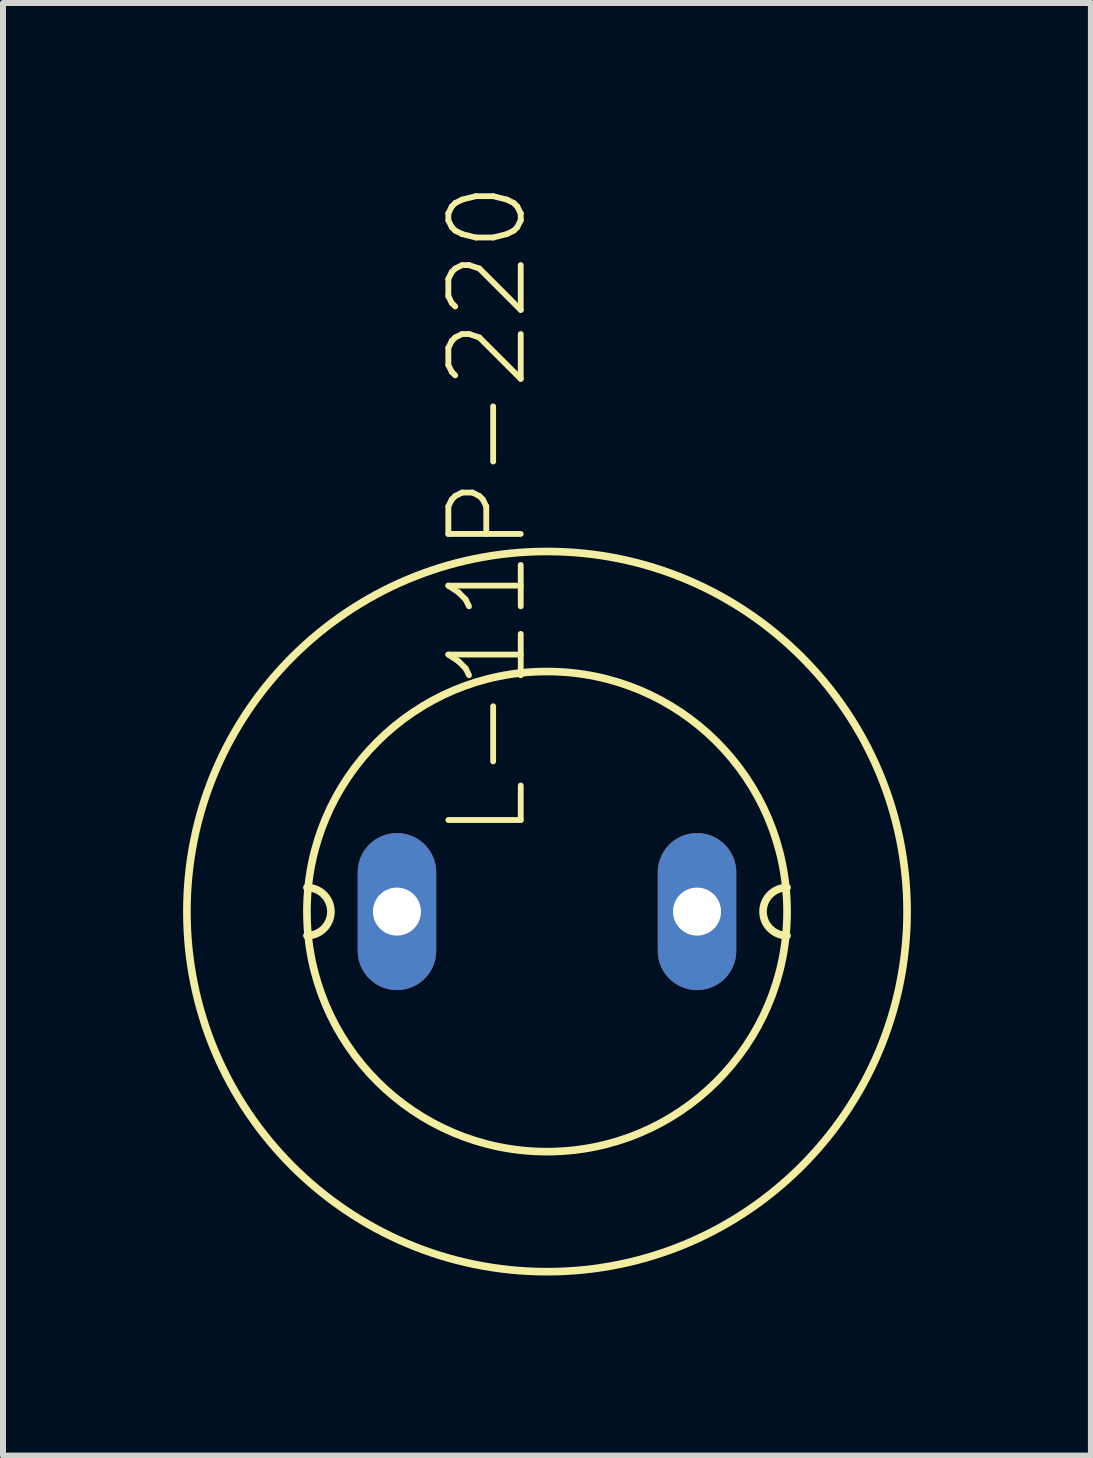
<source format=kicad_pcb>
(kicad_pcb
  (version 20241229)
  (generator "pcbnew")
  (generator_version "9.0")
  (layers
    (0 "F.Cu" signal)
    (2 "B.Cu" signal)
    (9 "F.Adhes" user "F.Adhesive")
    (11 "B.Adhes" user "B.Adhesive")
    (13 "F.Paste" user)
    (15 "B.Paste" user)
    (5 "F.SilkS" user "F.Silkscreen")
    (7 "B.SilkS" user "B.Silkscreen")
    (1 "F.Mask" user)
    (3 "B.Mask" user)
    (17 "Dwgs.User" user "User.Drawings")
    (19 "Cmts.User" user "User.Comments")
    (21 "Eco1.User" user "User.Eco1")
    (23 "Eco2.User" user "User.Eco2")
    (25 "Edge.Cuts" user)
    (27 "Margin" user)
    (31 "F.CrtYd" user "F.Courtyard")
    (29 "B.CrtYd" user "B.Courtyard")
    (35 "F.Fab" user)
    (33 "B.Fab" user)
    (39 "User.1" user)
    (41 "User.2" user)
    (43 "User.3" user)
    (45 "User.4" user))
  (footprint "L-11P-220"
    (layer "F.Cu")
    (at 6.064 12.139)
    (property "Reference" "L-11P-220" (at -0.285 -1.175 270) (layer "F.SilkS") (effects (font (size 1.206 1.206) (thickness 0.097)) (justify left bottom)))
    (attr through_hole)
    (fp_arc (start -4 -0.4) (mid -3.6 0) (end -4 0.4) (stroke (width 0.127) (type solid)) (layer "F.SilkS"))
    (fp_arc (start 4 0.4) (mid 3.6 0) (end 4 -0.4) (stroke (width 0.127) (type solid)) (layer "F.SilkS"))
    (fp_circle (center 0 0) (end 4 0) (stroke (width 0.127) (type solid)) (fill no) (layer "F.SilkS"))
    (fp_circle (center 0 0) (end 6 0) (stroke (width 0.127) (type solid)) (fill no) (layer "F.SilkS"))
    (pad "1" thru_hole oval (at 2.5 0 90) (size 2.616 1.308) (drill 0.8) (layers "*.Cu" "*.Mask"))
    (pad "2" thru_hole oval (at -2.5 0 90) (size 2.616 1.308) (drill 0.8) (layers "*.Cu" "*.Mask")))
  (gr_rect
    (start -3 -3)
    (end 15.127 21.203)
    (stroke (width 0.1) (type default))
    (fill no)
    (layer "Edge.Cuts")))
</source>
